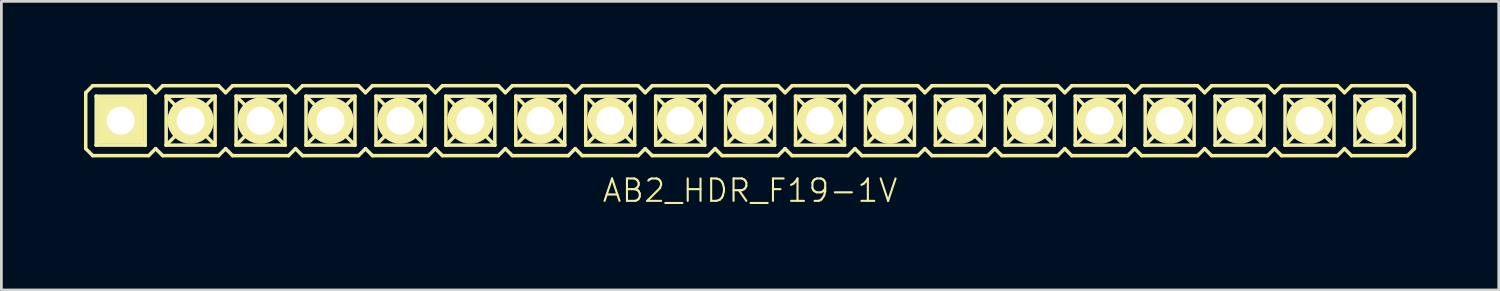
<source format=kicad_pcb>
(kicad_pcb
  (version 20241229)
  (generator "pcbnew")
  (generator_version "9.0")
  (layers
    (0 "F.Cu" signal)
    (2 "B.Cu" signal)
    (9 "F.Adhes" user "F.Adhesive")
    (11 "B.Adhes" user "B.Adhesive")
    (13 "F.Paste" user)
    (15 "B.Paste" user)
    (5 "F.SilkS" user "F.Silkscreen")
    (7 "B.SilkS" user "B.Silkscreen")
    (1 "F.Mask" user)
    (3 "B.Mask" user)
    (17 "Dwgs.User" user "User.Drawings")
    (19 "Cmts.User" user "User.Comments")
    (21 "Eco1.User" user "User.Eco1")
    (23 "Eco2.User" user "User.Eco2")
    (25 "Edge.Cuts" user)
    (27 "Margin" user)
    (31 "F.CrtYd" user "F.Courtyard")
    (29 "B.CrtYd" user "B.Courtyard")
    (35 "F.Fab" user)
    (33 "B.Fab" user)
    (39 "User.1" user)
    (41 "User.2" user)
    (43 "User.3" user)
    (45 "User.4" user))
  (footprint "AB2_HDR_F19-1V"
    (layer "F.Cu")
    (at 24.194 1.333)
    (property "Reference" "AB2_HDR_F19-1V" (at 0 2.54 0) (layer "F.SilkS") (effects (font (size 0.813 0.813) (thickness 0.076))))
    (attr through_hole)
    (fp_line (start -24.13 -1.016) (end -23.876 -1.27) (stroke (width 0.127) (type solid)) (layer "F.SilkS"))
    (fp_line (start -24.13 1.016) (end -24.13 -1.016) (stroke (width 0.127) (type solid)) (layer "F.SilkS"))
    (fp_line (start -23.876 -1.27) (end -21.844 -1.27) (stroke (width 0.127) (type solid)) (layer "F.SilkS"))
    (fp_line (start -23.876 1.27) (end -24.13 1.016) (stroke (width 0.127) (type solid)) (layer "F.SilkS"))
    (fp_line (start -23.749 -0.889) (end -21.971 -0.889) (stroke (width 0.127) (type solid)) (layer "F.SilkS"))
    (fp_line (start -23.749 0.889) (end -23.749 -0.889) (stroke (width 0.127) (type solid)) (layer "F.SilkS"))
    (fp_line (start -23.368 -0.508) (end -23.749 -0.889) (stroke (width 0.127) (type solid)) (layer "F.SilkS"))
    (fp_line (start -23.368 -0.508) (end -22.352 -0.508) (stroke (width 0.127) (type solid)) (layer "F.SilkS"))
    (fp_line (start -23.368 0.508) (end -23.749 0.889) (stroke (width 0.127) (type solid)) (layer "F.SilkS"))
    (fp_line (start -23.368 0.508) (end -23.368 -0.508) (stroke (width 0.127) (type solid)) (layer "F.SilkS"))
    (fp_line (start -22.352 -0.508) (end -22.352 0.508) (stroke (width 0.127) (type solid)) (layer "F.SilkS"))
    (fp_line (start -22.352 -0.508) (end -21.971 -0.889) (stroke (width 0.127) (type solid)) (layer "F.SilkS"))
    (fp_line (start -22.352 0.508) (end -23.368 0.508) (stroke (width 0.127) (type solid)) (layer "F.SilkS"))
    (fp_line (start -22.352 0.508) (end -21.971 0.889) (stroke (width 0.127) (type solid)) (layer "F.SilkS"))
    (fp_line (start -21.971 -0.889) (end -21.971 0.889) (stroke (width 0.127) (type solid)) (layer "F.SilkS"))
    (fp_line (start -21.971 0.889) (end -23.749 0.889) (stroke (width 0.127) (type solid)) (layer "F.SilkS"))
    (fp_line (start -21.844 -1.27) (end -21.59 -1.016) (stroke (width 0.127) (type solid)) (layer "F.SilkS"))
    (fp_line (start -21.844 1.27) (end -23.876 1.27) (stroke (width 0.127) (type solid)) (layer "F.SilkS"))
    (fp_line (start -21.59 -1.016) (end -21.336 -1.27) (stroke (width 0.127) (type solid)) (layer "F.SilkS"))
    (fp_line (start -21.59 1.016) (end -21.844 1.27) (stroke (width 0.127) (type solid)) (layer "F.SilkS"))
    (fp_line (start -21.336 -1.27) (end -19.304 -1.27) (stroke (width 0.127) (type solid)) (layer "F.SilkS"))
    (fp_line (start -21.336 1.27) (end -21.59 1.016) (stroke (width 0.127) (type solid)) (layer "F.SilkS"))
    (fp_line (start -21.209 -0.889) (end -19.431 -0.889) (stroke (width 0.127) (type solid)) (layer "F.SilkS"))
    (fp_line (start -21.209 0.889) (end -21.209 -0.889) (stroke (width 0.127) (type solid)) (layer "F.SilkS"))
    (fp_line (start -20.828 -0.508) (end -21.209 -0.889) (stroke (width 0.127) (type solid)) (layer "F.SilkS"))
    (fp_line (start -20.828 -0.508) (end -19.812 -0.508) (stroke (width 0.127) (type solid)) (layer "F.SilkS"))
    (fp_line (start -20.828 0.508) (end -21.209 0.889) (stroke (width 0.127) (type solid)) (layer "F.SilkS"))
    (fp_line (start -20.828 0.508) (end -20.828 -0.508) (stroke (width 0.127) (type solid)) (layer "F.SilkS"))
    (fp_line (start -19.812 -0.508) (end -19.812 0.508) (stroke (width 0.127) (type solid)) (layer "F.SilkS"))
    (fp_line (start -19.812 -0.508) (end -19.431 -0.889) (stroke (width 0.127) (type solid)) (layer "F.SilkS"))
    (fp_line (start -19.812 0.508) (end -20.828 0.508) (stroke (width 0.127) (type solid)) (layer "F.SilkS"))
    (fp_line (start -19.812 0.508) (end -19.431 0.889) (stroke (width 0.127) (type solid)) (layer "F.SilkS"))
    (fp_line (start -19.431 -0.889) (end -19.431 0.889) (stroke (width 0.127) (type solid)) (layer "F.SilkS"))
    (fp_line (start -19.431 0.889) (end -21.209 0.889) (stroke (width 0.127) (type solid)) (layer "F.SilkS"))
    (fp_line (start -19.304 -1.27) (end -19.05 -1.016) (stroke (width 0.127) (type solid)) (layer "F.SilkS"))
    (fp_line (start -19.304 1.27) (end -21.336 1.27) (stroke (width 0.127) (type solid)) (layer "F.SilkS"))
    (fp_line (start -19.05 -1.016) (end -18.796 -1.27) (stroke (width 0.127) (type solid)) (layer "F.SilkS"))
    (fp_line (start -19.05 1.016) (end -19.304 1.27) (stroke (width 0.127) (type solid)) (layer "F.SilkS"))
    (fp_line (start -18.796 -1.27) (end -16.764 -1.27) (stroke (width 0.127) (type solid)) (layer "F.SilkS"))
    (fp_line (start -18.796 1.27) (end -19.05 1.016) (stroke (width 0.127) (type solid)) (layer "F.SilkS"))
    (fp_line (start -18.669 -0.889) (end -16.891 -0.889) (stroke (width 0.127) (type solid)) (layer "F.SilkS"))
    (fp_line (start -18.669 0.889) (end -18.669 -0.889) (stroke (width 0.127) (type solid)) (layer "F.SilkS"))
    (fp_line (start -18.288 -0.508) (end -18.669 -0.889) (stroke (width 0.127) (type solid)) (layer "F.SilkS"))
    (fp_line (start -18.288 -0.508) (end -17.272 -0.508) (stroke (width 0.127) (type solid)) (layer "F.SilkS"))
    (fp_line (start -18.288 0.508) (end -18.669 0.889) (stroke (width 0.127) (type solid)) (layer "F.SilkS"))
    (fp_line (start -18.288 0.508) (end -18.288 -0.508) (stroke (width 0.127) (type solid)) (layer "F.SilkS"))
    (fp_line (start -17.272 -0.508) (end -17.272 0.508) (stroke (width 0.127) (type solid)) (layer "F.SilkS"))
    (fp_line (start -17.272 -0.508) (end -16.891 -0.889) (stroke (width 0.127) (type solid)) (layer "F.SilkS"))
    (fp_line (start -17.272 0.508) (end -18.288 0.508) (stroke (width 0.127) (type solid)) (layer "F.SilkS"))
    (fp_line (start -17.272 0.508) (end -16.891 0.889) (stroke (width 0.127) (type solid)) (layer "F.SilkS"))
    (fp_line (start -16.891 -0.889) (end -16.891 0.889) (stroke (width 0.127) (type solid)) (layer "F.SilkS"))
    (fp_line (start -16.891 0.889) (end -18.669 0.889) (stroke (width 0.127) (type solid)) (layer "F.SilkS"))
    (fp_line (start -16.764 -1.27) (end -16.51 -1.016) (stroke (width 0.127) (type solid)) (layer "F.SilkS"))
    (fp_line (start -16.764 1.27) (end -18.796 1.27) (stroke (width 0.127) (type solid)) (layer "F.SilkS"))
    (fp_line (start -16.51 -1.016) (end -16.256 -1.27) (stroke (width 0.127) (type solid)) (layer "F.SilkS"))
    (fp_line (start -16.51 1.016) (end -16.764 1.27) (stroke (width 0.127) (type solid)) (layer "F.SilkS"))
    (fp_line (start -16.256 -1.27) (end -14.224 -1.27) (stroke (width 0.127) (type solid)) (layer "F.SilkS"))
    (fp_line (start -16.256 1.27) (end -16.51 1.016) (stroke (width 0.127) (type solid)) (layer "F.SilkS"))
    (fp_line (start -16.129 -0.889) (end -14.351 -0.889) (stroke (width 0.127) (type solid)) (layer "F.SilkS"))
    (fp_line (start -16.129 0.889) (end -16.129 -0.889) (stroke (width 0.127) (type solid)) (layer "F.SilkS"))
    (fp_line (start -15.748 -0.508) (end -16.129 -0.889) (stroke (width 0.127) (type solid)) (layer "F.SilkS"))
    (fp_line (start -15.748 -0.508) (end -14.732 -0.508) (stroke (width 0.127) (type solid)) (layer "F.SilkS"))
    (fp_line (start -15.748 0.508) (end -16.129 0.889) (stroke (width 0.127) (type solid)) (layer "F.SilkS"))
    (fp_line (start -15.748 0.508) (end -15.748 -0.508) (stroke (width 0.127) (type solid)) (layer "F.SilkS"))
    (fp_line (start -14.732 -0.508) (end -14.732 0.508) (stroke (width 0.127) (type solid)) (layer "F.SilkS"))
    (fp_line (start -14.732 -0.508) (end -14.351 -0.889) (stroke (width 0.127) (type solid)) (layer "F.SilkS"))
    (fp_line (start -14.732 0.508) (end -15.748 0.508) (stroke (width 0.127) (type solid)) (layer "F.SilkS"))
    (fp_line (start -14.732 0.508) (end -14.351 0.889) (stroke (width 0.127) (type solid)) (layer "F.SilkS"))
    (fp_line (start -14.351 -0.889) (end -14.351 0.889) (stroke (width 0.127) (type solid)) (layer "F.SilkS"))
    (fp_line (start -14.351 0.889) (end -16.129 0.889) (stroke (width 0.127) (type solid)) (layer "F.SilkS"))
    (fp_line (start -14.224 -1.27) (end -13.97 -1.016) (stroke (width 0.127) (type solid)) (layer "F.SilkS"))
    (fp_line (start -14.224 1.27) (end -16.256 1.27) (stroke (width 0.127) (type solid)) (layer "F.SilkS"))
    (fp_line (start -13.97 -1.016) (end -13.716 -1.27) (stroke (width 0.127) (type solid)) (layer "F.SilkS"))
    (fp_line (start -13.97 1.016) (end -14.224 1.27) (stroke (width 0.127) (type solid)) (layer "F.SilkS"))
    (fp_line (start -13.716 -1.27) (end -11.684 -1.27) (stroke (width 0.127) (type solid)) (layer "F.SilkS"))
    (fp_line (start -13.716 1.27) (end -13.97 1.016) (stroke (width 0.127) (type solid)) (layer "F.SilkS"))
    (fp_line (start -13.589 -0.889) (end -11.811 -0.889) (stroke (width 0.127) (type solid)) (layer "F.SilkS"))
    (fp_line (start -13.589 0.889) (end -13.589 -0.889) (stroke (width 0.127) (type solid)) (layer "F.SilkS"))
    (fp_line (start -13.208 -0.508) (end -13.589 -0.889) (stroke (width 0.127) (type solid)) (layer "F.SilkS"))
    (fp_line (start -13.208 -0.508) (end -12.192 -0.508) (stroke (width 0.127) (type solid)) (layer "F.SilkS"))
    (fp_line (start -13.208 0.508) (end -13.589 0.889) (stroke (width 0.127) (type solid)) (layer "F.SilkS"))
    (fp_line (start -13.208 0.508) (end -13.208 -0.508) (stroke (width 0.127) (type solid)) (layer "F.SilkS"))
    (fp_line (start -12.192 -0.508) (end -12.192 0.508) (stroke (width 0.127) (type solid)) (layer "F.SilkS"))
    (fp_line (start -12.192 -0.508) (end -11.811 -0.889) (stroke (width 0.127) (type solid)) (layer "F.SilkS"))
    (fp_line (start -12.192 0.508) (end -13.208 0.508) (stroke (width 0.127) (type solid)) (layer "F.SilkS"))
    (fp_line (start -12.192 0.508) (end -11.811 0.889) (stroke (width 0.127) (type solid)) (layer "F.SilkS"))
    (fp_line (start -11.811 -0.889) (end -11.811 0.889) (stroke (width 0.127) (type solid)) (layer "F.SilkS"))
    (fp_line (start -11.811 0.889) (end -13.589 0.889) (stroke (width 0.127) (type solid)) (layer "F.SilkS"))
    (fp_line (start -11.684 -1.27) (end -11.43 -1.016) (stroke (width 0.127) (type solid)) (layer "F.SilkS"))
    (fp_line (start -11.684 1.27) (end -13.716 1.27) (stroke (width 0.127) (type solid)) (layer "F.SilkS"))
    (fp_line (start -11.43 -1.016) (end -11.176 -1.27) (stroke (width 0.127) (type solid)) (layer "F.SilkS"))
    (fp_line (start -11.43 1.016) (end -11.684 1.27) (stroke (width 0.127) (type solid)) (layer "F.SilkS"))
    (fp_line (start -11.176 -1.27) (end -9.144 -1.27) (stroke (width 0.127) (type solid)) (layer "F.SilkS"))
    (fp_line (start -11.176 1.27) (end -11.43 1.016) (stroke (width 0.127) (type solid)) (layer "F.SilkS"))
    (fp_line (start -11.049 -0.889) (end -9.271 -0.889) (stroke (width 0.127) (type solid)) (layer "F.SilkS"))
    (fp_line (start -11.049 0.889) (end -11.049 -0.889) (stroke (width 0.127) (type solid)) (layer "F.SilkS"))
    (fp_line (start -10.668 -0.508) (end -11.049 -0.889) (stroke (width 0.127) (type solid)) (layer "F.SilkS"))
    (fp_line (start -10.668 -0.508) (end -9.652 -0.508) (stroke (width 0.127) (type solid)) (layer "F.SilkS"))
    (fp_line (start -10.668 0.508) (end -11.049 0.889) (stroke (width 0.127) (type solid)) (layer "F.SilkS"))
    (fp_line (start -10.668 0.508) (end -10.668 -0.508) (stroke (width 0.127) (type solid)) (layer "F.SilkS"))
    (fp_line (start -9.652 -0.508) (end -9.652 0.508) (stroke (width 0.127) (type solid)) (layer "F.SilkS"))
    (fp_line (start -9.652 -0.508) (end -9.271 -0.889) (stroke (width 0.127) (type solid)) (layer "F.SilkS"))
    (fp_line (start -9.652 0.508) (end -10.668 0.508) (stroke (width 0.127) (type solid)) (layer "F.SilkS"))
    (fp_line (start -9.652 0.508) (end -9.271 0.889) (stroke (width 0.127) (type solid)) (layer "F.SilkS"))
    (fp_line (start -9.271 -0.889) (end -9.271 0.889) (stroke (width 0.127) (type solid)) (layer "F.SilkS"))
    (fp_line (start -9.271 0.889) (end -11.049 0.889) (stroke (width 0.127) (type solid)) (layer "F.SilkS"))
    (fp_line (start -9.144 -1.27) (end -8.89 -1.016) (stroke (width 0.127) (type solid)) (layer "F.SilkS"))
    (fp_line (start -9.144 1.27) (end -11.176 1.27) (stroke (width 0.127) (type solid)) (layer "F.SilkS"))
    (fp_line (start -8.89 -1.016) (end -8.636 -1.27) (stroke (width 0.127) (type solid)) (layer "F.SilkS"))
    (fp_line (start -8.89 1.016) (end -9.144 1.27) (stroke (width 0.127) (type solid)) (layer "F.SilkS"))
    (fp_line (start -8.636 -1.27) (end -6.604 -1.27) (stroke (width 0.127) (type solid)) (layer "F.SilkS"))
    (fp_line (start -8.636 1.27) (end -8.89 1.016) (stroke (width 0.127) (type solid)) (layer "F.SilkS"))
    (fp_line (start -8.509 -0.889) (end -6.731 -0.889) (stroke (width 0.127) (type solid)) (layer "F.SilkS"))
    (fp_line (start -8.509 0.889) (end -8.509 -0.889) (stroke (width 0.127) (type solid)) (layer "F.SilkS"))
    (fp_line (start -8.128 -0.508) (end -8.509 -0.889) (stroke (width 0.127) (type solid)) (layer "F.SilkS"))
    (fp_line (start -8.128 -0.508) (end -7.112 -0.508) (stroke (width 0.127) (type solid)) (layer "F.SilkS"))
    (fp_line (start -8.128 0.508) (end -8.509 0.889) (stroke (width 0.127) (type solid)) (layer "F.SilkS"))
    (fp_line (start -8.128 0.508) (end -8.128 -0.508) (stroke (width 0.127) (type solid)) (layer "F.SilkS"))
    (fp_line (start -7.112 -0.508) (end -7.112 0.508) (stroke (width 0.127) (type solid)) (layer "F.SilkS"))
    (fp_line (start -7.112 -0.508) (end -6.731 -0.889) (stroke (width 0.127) (type solid)) (layer "F.SilkS"))
    (fp_line (start -7.112 0.508) (end -8.128 0.508) (stroke (width 0.127) (type solid)) (layer "F.SilkS"))
    (fp_line (start -7.112 0.508) (end -6.731 0.889) (stroke (width 0.127) (type solid)) (layer "F.SilkS"))
    (fp_line (start -6.731 -0.889) (end -6.731 0.889) (stroke (width 0.127) (type solid)) (layer "F.SilkS"))
    (fp_line (start -6.731 0.889) (end -8.509 0.889) (stroke (width 0.127) (type solid)) (layer "F.SilkS"))
    (fp_line (start -6.604 -1.27) (end -6.35 -1.016) (stroke (width 0.127) (type solid)) (layer "F.SilkS"))
    (fp_line (start -6.604 1.27) (end -8.636 1.27) (stroke (width 0.127) (type solid)) (layer "F.SilkS"))
    (fp_line (start -6.35 -1.016) (end -6.096 -1.27) (stroke (width 0.127) (type solid)) (layer "F.SilkS"))
    (fp_line (start -6.35 1.016) (end -6.604 1.27) (stroke (width 0.127) (type solid)) (layer "F.SilkS"))
    (fp_line (start -6.096 -1.27) (end -4.064 -1.27) (stroke (width 0.127) (type solid)) (layer "F.SilkS"))
    (fp_line (start -6.096 1.27) (end -6.35 1.016) (stroke (width 0.127) (type solid)) (layer "F.SilkS"))
    (fp_line (start -5.969 -0.889) (end -4.191 -0.889) (stroke (width 0.127) (type solid)) (layer "F.SilkS"))
    (fp_line (start -5.969 0.889) (end -5.969 -0.889) (stroke (width 0.127) (type solid)) (layer "F.SilkS"))
    (fp_line (start -5.588 -0.508) (end -5.969 -0.889) (stroke (width 0.127) (type solid)) (layer "F.SilkS"))
    (fp_line (start -5.588 -0.508) (end -4.572 -0.508) (stroke (width 0.127) (type solid)) (layer "F.SilkS"))
    (fp_line (start -5.588 0.508) (end -5.969 0.889) (stroke (width 0.127) (type solid)) (layer "F.SilkS"))
    (fp_line (start -5.588 0.508) (end -5.588 -0.508) (stroke (width 0.127) (type solid)) (layer "F.SilkS"))
    (fp_line (start -4.572 -0.508) (end -4.572 0.508) (stroke (width 0.127) (type solid)) (layer "F.SilkS"))
    (fp_line (start -4.572 -0.508) (end -4.191 -0.889) (stroke (width 0.127) (type solid)) (layer "F.SilkS"))
    (fp_line (start -4.572 0.508) (end -5.588 0.508) (stroke (width 0.127) (type solid)) (layer "F.SilkS"))
    (fp_line (start -4.572 0.508) (end -4.191 0.889) (stroke (width 0.127) (type solid)) (layer "F.SilkS"))
    (fp_line (start -4.191 -0.889) (end -4.191 0.889) (stroke (width 0.127) (type solid)) (layer "F.SilkS"))
    (fp_line (start -4.191 0.889) (end -5.969 0.889) (stroke (width 0.127) (type solid)) (layer "F.SilkS"))
    (fp_line (start -4.064 -1.27) (end -3.81 -1.016) (stroke (width 0.127) (type solid)) (layer "F.SilkS"))
    (fp_line (start -4.064 1.27) (end -6.096 1.27) (stroke (width 0.127) (type solid)) (layer "F.SilkS"))
    (fp_line (start -3.81 -1.016) (end -3.556 -1.27) (stroke (width 0.127) (type solid)) (layer "F.SilkS"))
    (fp_line (start -3.81 1.016) (end -4.064 1.27) (stroke (width 0.127) (type solid)) (layer "F.SilkS"))
    (fp_line (start -3.556 -1.27) (end -1.524 -1.27) (stroke (width 0.127) (type solid)) (layer "F.SilkS"))
    (fp_line (start -3.556 1.27) (end -3.81 1.016) (stroke (width 0.127) (type solid)) (layer "F.SilkS"))
    (fp_line (start -3.429 -0.889) (end -1.651 -0.889) (stroke (width 0.127) (type solid)) (layer "F.SilkS"))
    (fp_line (start -3.429 0.889) (end -3.429 -0.889) (stroke (width 0.127) (type solid)) (layer "F.SilkS"))
    (fp_line (start -3.048 -0.508) (end -3.429 -0.889) (stroke (width 0.127) (type solid)) (layer "F.SilkS"))
    (fp_line (start -3.048 -0.508) (end -2.032 -0.508) (stroke (width 0.127) (type solid)) (layer "F.SilkS"))
    (fp_line (start -3.048 0.508) (end -3.429 0.889) (stroke (width 0.127) (type solid)) (layer "F.SilkS"))
    (fp_line (start -3.048 0.508) (end -3.048 -0.508) (stroke (width 0.127) (type solid)) (layer "F.SilkS"))
    (fp_line (start -2.032 -0.508) (end -2.032 0.508) (stroke (width 0.127) (type solid)) (layer "F.SilkS"))
    (fp_line (start -2.032 -0.508) (end -1.651 -0.889) (stroke (width 0.127) (type solid)) (layer "F.SilkS"))
    (fp_line (start -2.032 0.508) (end -3.048 0.508) (stroke (width 0.127) (type solid)) (layer "F.SilkS"))
    (fp_line (start -2.032 0.508) (end -1.651 0.889) (stroke (width 0.127) (type solid)) (layer "F.SilkS"))
    (fp_line (start -1.651 -0.889) (end -1.651 0.889) (stroke (width 0.127) (type solid)) (layer "F.SilkS"))
    (fp_line (start -1.651 0.889) (end -3.429 0.889) (stroke (width 0.127) (type solid)) (layer "F.SilkS"))
    (fp_line (start -1.524 -1.27) (end -1.27 -1.016) (stroke (width 0.127) (type solid)) (layer "F.SilkS"))
    (fp_line (start -1.524 1.27) (end -3.556 1.27) (stroke (width 0.127) (type solid)) (layer "F.SilkS"))
    (fp_line (start -1.27 -1.016) (end -1.016 -1.27) (stroke (width 0.127) (type solid)) (layer "F.SilkS"))
    (fp_line (start -1.27 1.016) (end -1.524 1.27) (stroke (width 0.127) (type solid)) (layer "F.SilkS"))
    (fp_line (start -1.016 -1.27) (end 1.016 -1.27) (stroke (width 0.127) (type solid)) (layer "F.SilkS"))
    (fp_line (start -1.016 1.27) (end -1.27 1.016) (stroke (width 0.127) (type solid)) (layer "F.SilkS"))
    (fp_line (start -0.889 -0.889) (end 0.889 -0.889) (stroke (width 0.127) (type solid)) (layer "F.SilkS"))
    (fp_line (start -0.889 0.889) (end -0.889 -0.889) (stroke (width 0.127) (type solid)) (layer "F.SilkS"))
    (fp_line (start -0.508 -0.508) (end -0.889 -0.889) (stroke (width 0.127) (type solid)) (layer "F.SilkS"))
    (fp_line (start -0.508 -0.508) (end 0.508 -0.508) (stroke (width 0.127) (type solid)) (layer "F.SilkS"))
    (fp_line (start -0.508 0.508) (end -0.889 0.889) (stroke (width 0.127) (type solid)) (layer "F.SilkS"))
    (fp_line (start -0.508 0.508) (end -0.508 -0.508) (stroke (width 0.127) (type solid)) (layer "F.SilkS"))
    (fp_line (start 0.508 -0.508) (end 0.508 0.508) (stroke (width 0.127) (type solid)) (layer "F.SilkS"))
    (fp_line (start 0.508 -0.508) (end 0.889 -0.889) (stroke (width 0.127) (type solid)) (layer "F.SilkS"))
    (fp_line (start 0.508 0.508) (end -0.508 0.508) (stroke (width 0.127) (type solid)) (layer "F.SilkS"))
    (fp_line (start 0.508 0.508) (end 0.889 0.889) (stroke (width 0.127) (type solid)) (layer "F.SilkS"))
    (fp_line (start 0.889 -0.889) (end 0.889 0.889) (stroke (width 0.127) (type solid)) (layer "F.SilkS"))
    (fp_line (start 0.889 0.889) (end -0.889 0.889) (stroke (width 0.127) (type solid)) (layer "F.SilkS"))
    (fp_line (start 1.016 -1.27) (end 1.27 -1.016) (stroke (width 0.127) (type solid)) (layer "F.SilkS"))
    (fp_line (start 1.016 1.27) (end -1.016 1.27) (stroke (width 0.127) (type solid)) (layer "F.SilkS"))
    (fp_line (start 1.27 -1.016) (end 1.524 -1.27) (stroke (width 0.127) (type solid)) (layer "F.SilkS"))
    (fp_line (start 1.27 1.016) (end 1.016 1.27) (stroke (width 0.127) (type solid)) (layer "F.SilkS"))
    (fp_line (start 1.524 -1.27) (end 3.556 -1.27) (stroke (width 0.127) (type solid)) (layer "F.SilkS"))
    (fp_line (start 1.524 1.27) (end 1.27 1.016) (stroke (width 0.127) (type solid)) (layer "F.SilkS"))
    (fp_line (start 1.651 -0.889) (end 3.429 -0.889) (stroke (width 0.127) (type solid)) (layer "F.SilkS"))
    (fp_line (start 1.651 0.889) (end 1.651 -0.889) (stroke (width 0.127) (type solid)) (layer "F.SilkS"))
    (fp_line (start 2.032 -0.508) (end 1.651 -0.889) (stroke (width 0.127) (type solid)) (layer "F.SilkS"))
    (fp_line (start 2.032 -0.508) (end 3.048 -0.508) (stroke (width 0.127) (type solid)) (layer "F.SilkS"))
    (fp_line (start 2.032 0.508) (end 1.651 0.889) (stroke (width 0.127) (type solid)) (layer "F.SilkS"))
    (fp_line (start 2.032 0.508) (end 2.032 -0.508) (stroke (width 0.127) (type solid)) (layer "F.SilkS"))
    (fp_line (start 3.048 -0.508) (end 3.048 0.508) (stroke (width 0.127) (type solid)) (layer "F.SilkS"))
    (fp_line (start 3.048 -0.508) (end 3.429 -0.889) (stroke (width 0.127) (type solid)) (layer "F.SilkS"))
    (fp_line (start 3.048 0.508) (end 2.032 0.508) (stroke (width 0.127) (type solid)) (layer "F.SilkS"))
    (fp_line (start 3.048 0.508) (end 3.429 0.889) (stroke (width 0.127) (type solid)) (layer "F.SilkS"))
    (fp_line (start 3.429 -0.889) (end 3.429 0.889) (stroke (width 0.127) (type solid)) (layer "F.SilkS"))
    (fp_line (start 3.429 0.889) (end 1.651 0.889) (stroke (width 0.127) (type solid)) (layer "F.SilkS"))
    (fp_line (start 3.556 -1.27) (end 3.81 -1.016) (stroke (width 0.127) (type solid)) (layer "F.SilkS"))
    (fp_line (start 3.556 1.27) (end 1.524 1.27) (stroke (width 0.127) (type solid)) (layer "F.SilkS"))
    (fp_line (start 3.81 -1.016) (end 4.064 -1.27) (stroke (width 0.127) (type solid)) (layer "F.SilkS"))
    (fp_line (start 3.81 1.016) (end 3.556 1.27) (stroke (width 0.127) (type solid)) (layer "F.SilkS"))
    (fp_line (start 4.064 -1.27) (end 6.096 -1.27) (stroke (width 0.127) (type solid)) (layer "F.SilkS"))
    (fp_line (start 4.064 1.27) (end 3.81 1.016) (stroke (width 0.127) (type solid)) (layer "F.SilkS"))
    (fp_line (start 4.191 -0.889) (end 5.969 -0.889) (stroke (width 0.127) (type solid)) (layer "F.SilkS"))
    (fp_line (start 4.191 0.889) (end 4.191 -0.889) (stroke (width 0.127) (type solid)) (layer "F.SilkS"))
    (fp_line (start 4.572 -0.508) (end 4.191 -0.889) (stroke (width 0.127) (type solid)) (layer "F.SilkS"))
    (fp_line (start 4.572 -0.508) (end 5.588 -0.508) (stroke (width 0.127) (type solid)) (layer "F.SilkS"))
    (fp_line (start 4.572 0.508) (end 4.191 0.889) (stroke (width 0.127) (type solid)) (layer "F.SilkS"))
    (fp_line (start 4.572 0.508) (end 4.572 -0.508) (stroke (width 0.127) (type solid)) (layer "F.SilkS"))
    (fp_line (start 5.588 -0.508) (end 5.588 0.508) (stroke (width 0.127) (type solid)) (layer "F.SilkS"))
    (fp_line (start 5.588 -0.508) (end 5.969 -0.889) (stroke (width 0.127) (type solid)) (layer "F.SilkS"))
    (fp_line (start 5.588 0.508) (end 4.572 0.508) (stroke (width 0.127) (type solid)) (layer "F.SilkS"))
    (fp_line (start 5.588 0.508) (end 5.969 0.889) (stroke (width 0.127) (type solid)) (layer "F.SilkS"))
    (fp_line (start 5.969 -0.889) (end 5.969 0.889) (stroke (width 0.127) (type solid)) (layer "F.SilkS"))
    (fp_line (start 5.969 0.889) (end 4.191 0.889) (stroke (width 0.127) (type solid)) (layer "F.SilkS"))
    (fp_line (start 6.096 -1.27) (end 6.35 -1.016) (stroke (width 0.127) (type solid)) (layer "F.SilkS"))
    (fp_line (start 6.096 1.27) (end 4.064 1.27) (stroke (width 0.127) (type solid)) (layer "F.SilkS"))
    (fp_line (start 6.35 -1.016) (end 6.604 -1.27) (stroke (width 0.127) (type solid)) (layer "F.SilkS"))
    (fp_line (start 6.35 1.016) (end 6.096 1.27) (stroke (width 0.127) (type solid)) (layer "F.SilkS"))
    (fp_line (start 6.604 -1.27) (end 8.636 -1.27) (stroke (width 0.127) (type solid)) (layer "F.SilkS"))
    (fp_line (start 6.604 1.27) (end 6.35 1.016) (stroke (width 0.127) (type solid)) (layer "F.SilkS"))
    (fp_line (start 6.731 -0.889) (end 8.509 -0.889) (stroke (width 0.127) (type solid)) (layer "F.SilkS"))
    (fp_line (start 6.731 0.889) (end 6.731 -0.889) (stroke (width 0.127) (type solid)) (layer "F.SilkS"))
    (fp_line (start 7.112 -0.508) (end 6.731 -0.889) (stroke (width 0.127) (type solid)) (layer "F.SilkS"))
    (fp_line (start 7.112 -0.508) (end 8.128 -0.508) (stroke (width 0.127) (type solid)) (layer "F.SilkS"))
    (fp_line (start 7.112 0.508) (end 6.731 0.889) (stroke (width 0.127) (type solid)) (layer "F.SilkS"))
    (fp_line (start 7.112 0.508) (end 7.112 -0.508) (stroke (width 0.127) (type solid)) (layer "F.SilkS"))
    (fp_line (start 8.128 -0.508) (end 8.128 0.508) (stroke (width 0.127) (type solid)) (layer "F.SilkS"))
    (fp_line (start 8.128 -0.508) (end 8.509 -0.889) (stroke (width 0.127) (type solid)) (layer "F.SilkS"))
    (fp_line (start 8.128 0.508) (end 7.112 0.508) (stroke (width 0.127) (type solid)) (layer "F.SilkS"))
    (fp_line (start 8.128 0.508) (end 8.509 0.889) (stroke (width 0.127) (type solid)) (layer "F.SilkS"))
    (fp_line (start 8.509 -0.889) (end 8.509 0.889) (stroke (width 0.127) (type solid)) (layer "F.SilkS"))
    (fp_line (start 8.509 0.889) (end 6.731 0.889) (stroke (width 0.127) (type solid)) (layer "F.SilkS"))
    (fp_line (start 8.636 -1.27) (end 8.89 -1.016) (stroke (width 0.127) (type solid)) (layer "F.SilkS"))
    (fp_line (start 8.636 1.27) (end 6.604 1.27) (stroke (width 0.127) (type solid)) (layer "F.SilkS"))
    (fp_line (start 8.89 -1.016) (end 9.144 -1.27) (stroke (width 0.127) (type solid)) (layer "F.SilkS"))
    (fp_line (start 8.89 1.016) (end 8.636 1.27) (stroke (width 0.127) (type solid)) (layer "F.SilkS"))
    (fp_line (start 9.144 -1.27) (end 11.176 -1.27) (stroke (width 0.127) (type solid)) (layer "F.SilkS"))
    (fp_line (start 9.144 1.27) (end 8.89 1.016) (stroke (width 0.127) (type solid)) (layer "F.SilkS"))
    (fp_line (start 9.271 -0.889) (end 11.049 -0.889) (stroke (width 0.127) (type solid)) (layer "F.SilkS"))
    (fp_line (start 9.271 0.889) (end 9.271 -0.889) (stroke (width 0.127) (type solid)) (layer "F.SilkS"))
    (fp_line (start 9.652 -0.508) (end 9.271 -0.889) (stroke (width 0.127) (type solid)) (layer "F.SilkS"))
    (fp_line (start 9.652 -0.508) (end 10.668 -0.508) (stroke (width 0.127) (type solid)) (layer "F.SilkS"))
    (fp_line (start 9.652 0.508) (end 9.271 0.889) (stroke (width 0.127) (type solid)) (layer "F.SilkS"))
    (fp_line (start 9.652 0.508) (end 9.652 -0.508) (stroke (width 0.127) (type solid)) (layer "F.SilkS"))
    (fp_line (start 10.668 -0.508) (end 10.668 0.508) (stroke (width 0.127) (type solid)) (layer "F.SilkS"))
    (fp_line (start 10.668 -0.508) (end 11.049 -0.889) (stroke (width 0.127) (type solid)) (layer "F.SilkS"))
    (fp_line (start 10.668 0.508) (end 9.652 0.508) (stroke (width 0.127) (type solid)) (layer "F.SilkS"))
    (fp_line (start 10.668 0.508) (end 11.049 0.889) (stroke (width 0.127) (type solid)) (layer "F.SilkS"))
    (fp_line (start 11.049 -0.889) (end 11.049 0.889) (stroke (width 0.127) (type solid)) (layer "F.SilkS"))
    (fp_line (start 11.049 0.889) (end 9.271 0.889) (stroke (width 0.127) (type solid)) (layer "F.SilkS"))
    (fp_line (start 11.176 -1.27) (end 11.43 -1.016) (stroke (width 0.127) (type solid)) (layer "F.SilkS"))
    (fp_line (start 11.176 1.27) (end 9.144 1.27) (stroke (width 0.127) (type solid)) (layer "F.SilkS"))
    (fp_line (start 11.43 -1.016) (end 11.684 -1.27) (stroke (width 0.127) (type solid)) (layer "F.SilkS"))
    (fp_line (start 11.43 1.016) (end 11.176 1.27) (stroke (width 0.127) (type solid)) (layer "F.SilkS"))
    (fp_line (start 11.684 -1.27) (end 13.716 -1.27) (stroke (width 0.127) (type solid)) (layer "F.SilkS"))
    (fp_line (start 11.684 1.27) (end 11.43 1.016) (stroke (width 0.127) (type solid)) (layer "F.SilkS"))
    (fp_line (start 11.811 -0.889) (end 13.589 -0.889) (stroke (width 0.127) (type solid)) (layer "F.SilkS"))
    (fp_line (start 11.811 0.889) (end 11.811 -0.889) (stroke (width 0.127) (type solid)) (layer "F.SilkS"))
    (fp_line (start 12.192 -0.508) (end 11.811 -0.889) (stroke (width 0.127) (type solid)) (layer "F.SilkS"))
    (fp_line (start 12.192 -0.508) (end 13.208 -0.508) (stroke (width 0.127) (type solid)) (layer "F.SilkS"))
    (fp_line (start 12.192 0.508) (end 11.811 0.889) (stroke (width 0.127) (type solid)) (layer "F.SilkS"))
    (fp_line (start 12.192 0.508) (end 12.192 -0.508) (stroke (width 0.127) (type solid)) (layer "F.SilkS"))
    (fp_line (start 13.208 -0.508) (end 13.208 0.508) (stroke (width 0.127) (type solid)) (layer "F.SilkS"))
    (fp_line (start 13.208 -0.508) (end 13.589 -0.889) (stroke (width 0.127) (type solid)) (layer "F.SilkS"))
    (fp_line (start 13.208 0.508) (end 12.192 0.508) (stroke (width 0.127) (type solid)) (layer "F.SilkS"))
    (fp_line (start 13.208 0.508) (end 13.589 0.889) (stroke (width 0.127) (type solid)) (layer "F.SilkS"))
    (fp_line (start 13.589 -0.889) (end 13.589 0.889) (stroke (width 0.127) (type solid)) (layer "F.SilkS"))
    (fp_line (start 13.589 0.889) (end 11.811 0.889) (stroke (width 0.127) (type solid)) (layer "F.SilkS"))
    (fp_line (start 13.716 -1.27) (end 13.97 -1.016) (stroke (width 0.127) (type solid)) (layer "F.SilkS"))
    (fp_line (start 13.716 1.27) (end 11.684 1.27) (stroke (width 0.127) (type solid)) (layer "F.SilkS"))
    (fp_line (start 13.97 -1.016) (end 14.224 -1.27) (stroke (width 0.127) (type solid)) (layer "F.SilkS"))
    (fp_line (start 13.97 1.016) (end 13.716 1.27) (stroke (width 0.127) (type solid)) (layer "F.SilkS"))
    (fp_line (start 14.224 -1.27) (end 16.256 -1.27) (stroke (width 0.127) (type solid)) (layer "F.SilkS"))
    (fp_line (start 14.224 1.27) (end 13.97 1.016) (stroke (width 0.127) (type solid)) (layer "F.SilkS"))
    (fp_line (start 14.351 -0.889) (end 16.129 -0.889) (stroke (width 0.127) (type solid)) (layer "F.SilkS"))
    (fp_line (start 14.351 0.889) (end 14.351 -0.889) (stroke (width 0.127) (type solid)) (layer "F.SilkS"))
    (fp_line (start 14.732 -0.508) (end 14.351 -0.889) (stroke (width 0.127) (type solid)) (layer "F.SilkS"))
    (fp_line (start 14.732 -0.508) (end 15.748 -0.508) (stroke (width 0.127) (type solid)) (layer "F.SilkS"))
    (fp_line (start 14.732 0.508) (end 14.351 0.889) (stroke (width 0.127) (type solid)) (layer "F.SilkS"))
    (fp_line (start 14.732 0.508) (end 14.732 -0.508) (stroke (width 0.127) (type solid)) (layer "F.SilkS"))
    (fp_line (start 15.748 -0.508) (end 15.748 0.508) (stroke (width 0.127) (type solid)) (layer "F.SilkS"))
    (fp_line (start 15.748 -0.508) (end 16.129 -0.889) (stroke (width 0.127) (type solid)) (layer "F.SilkS"))
    (fp_line (start 15.748 0.508) (end 14.732 0.508) (stroke (width 0.127) (type solid)) (layer "F.SilkS"))
    (fp_line (start 15.748 0.508) (end 16.129 0.889) (stroke (width 0.127) (type solid)) (layer "F.SilkS"))
    (fp_line (start 16.129 -0.889) (end 16.129 0.889) (stroke (width 0.127) (type solid)) (layer "F.SilkS"))
    (fp_line (start 16.129 0.889) (end 14.351 0.889) (stroke (width 0.127) (type solid)) (layer "F.SilkS"))
    (fp_line (start 16.256 -1.27) (end 16.51 -1.016) (stroke (width 0.127) (type solid)) (layer "F.SilkS"))
    (fp_line (start 16.256 1.27) (end 14.224 1.27) (stroke (width 0.127) (type solid)) (layer "F.SilkS"))
    (fp_line (start 16.51 -1.016) (end 16.764 -1.27) (stroke (width 0.127) (type solid)) (layer "F.SilkS"))
    (fp_line (start 16.51 1.016) (end 16.256 1.27) (stroke (width 0.127) (type solid)) (layer "F.SilkS"))
    (fp_line (start 16.764 -1.27) (end 18.796 -1.27) (stroke (width 0.127) (type solid)) (layer "F.SilkS"))
    (fp_line (start 16.764 1.27) (end 16.51 1.016) (stroke (width 0.127) (type solid)) (layer "F.SilkS"))
    (fp_line (start 16.891 -0.889) (end 18.669 -0.889) (stroke (width 0.127) (type solid)) (layer "F.SilkS"))
    (fp_line (start 16.891 0.889) (end 16.891 -0.889) (stroke (width 0.127) (type solid)) (layer "F.SilkS"))
    (fp_line (start 17.272 -0.508) (end 16.891 -0.889) (stroke (width 0.127) (type solid)) (layer "F.SilkS"))
    (fp_line (start 17.272 -0.508) (end 18.288 -0.508) (stroke (width 0.127) (type solid)) (layer "F.SilkS"))
    (fp_line (start 17.272 0.508) (end 16.891 0.889) (stroke (width 0.127) (type solid)) (layer "F.SilkS"))
    (fp_line (start 17.272 0.508) (end 17.272 -0.508) (stroke (width 0.127) (type solid)) (layer "F.SilkS"))
    (fp_line (start 18.288 -0.508) (end 18.288 0.508) (stroke (width 0.127) (type solid)) (layer "F.SilkS"))
    (fp_line (start 18.288 -0.508) (end 18.669 -0.889) (stroke (width 0.127) (type solid)) (layer "F.SilkS"))
    (fp_line (start 18.288 0.508) (end 17.272 0.508) (stroke (width 0.127) (type solid)) (layer "F.SilkS"))
    (fp_line (start 18.288 0.508) (end 18.669 0.889) (stroke (width 0.127) (type solid)) (layer "F.SilkS"))
    (fp_line (start 18.669 -0.889) (end 18.669 0.889) (stroke (width 0.127) (type solid)) (layer "F.SilkS"))
    (fp_line (start 18.669 0.889) (end 16.891 0.889) (stroke (width 0.127) (type solid)) (layer "F.SilkS"))
    (fp_line (start 18.796 -1.27) (end 19.05 -1.016) (stroke (width 0.127) (type solid)) (layer "F.SilkS"))
    (fp_line (start 18.796 1.27) (end 16.764 1.27) (stroke (width 0.127) (type solid)) (layer "F.SilkS"))
    (fp_line (start 19.05 -1.016) (end 19.304 -1.27) (stroke (width 0.127) (type solid)) (layer "F.SilkS"))
    (fp_line (start 19.05 1.016) (end 18.796 1.27) (stroke (width 0.127) (type solid)) (layer "F.SilkS"))
    (fp_line (start 19.304 -1.27) (end 21.336 -1.27) (stroke (width 0.127) (type solid)) (layer "F.SilkS"))
    (fp_line (start 19.304 1.27) (end 19.05 1.016) (stroke (width 0.127) (type solid)) (layer "F.SilkS"))
    (fp_line (start 19.431 -0.889) (end 21.209 -0.889) (stroke (width 0.127) (type solid)) (layer "F.SilkS"))
    (fp_line (start 19.431 0.889) (end 19.431 -0.889) (stroke (width 0.127) (type solid)) (layer "F.SilkS"))
    (fp_line (start 19.812 -0.508) (end 19.431 -0.889) (stroke (width 0.127) (type solid)) (layer "F.SilkS"))
    (fp_line (start 19.812 -0.508) (end 20.828 -0.508) (stroke (width 0.127) (type solid)) (layer "F.SilkS"))
    (fp_line (start 19.812 0.508) (end 19.431 0.889) (stroke (width 0.127) (type solid)) (layer "F.SilkS"))
    (fp_line (start 19.812 0.508) (end 19.812 -0.508) (stroke (width 0.127) (type solid)) (layer "F.SilkS"))
    (fp_line (start 20.828 -0.508) (end 20.828 0.508) (stroke (width 0.127) (type solid)) (layer "F.SilkS"))
    (fp_line (start 20.828 -0.508) (end 21.209 -0.889) (stroke (width 0.127) (type solid)) (layer "F.SilkS"))
    (fp_line (start 20.828 0.508) (end 19.812 0.508) (stroke (width 0.127) (type solid)) (layer "F.SilkS"))
    (fp_line (start 20.828 0.508) (end 21.209 0.889) (stroke (width 0.127) (type solid)) (layer "F.SilkS"))
    (fp_line (start 21.209 -0.889) (end 21.209 0.889) (stroke (width 0.127) (type solid)) (layer "F.SilkS"))
    (fp_line (start 21.209 0.889) (end 19.431 0.889) (stroke (width 0.127) (type solid)) (layer "F.SilkS"))
    (fp_line (start 21.336 -1.27) (end 21.59 -1.016) (stroke (width 0.127) (type solid)) (layer "F.SilkS"))
    (fp_line (start 21.336 1.27) (end 19.304 1.27) (stroke (width 0.127) (type solid)) (layer "F.SilkS"))
    (fp_line (start 21.59 -1.016) (end 21.844 -1.27) (stroke (width 0.127) (type solid)) (layer "F.SilkS"))
    (fp_line (start 21.59 1.016) (end 21.336 1.27) (stroke (width 0.127) (type solid)) (layer "F.SilkS"))
    (fp_line (start 21.844 -1.27) (end 23.876 -1.27) (stroke (width 0.127) (type solid)) (layer "F.SilkS"))
    (fp_line (start 21.844 1.27) (end 21.59 1.016) (stroke (width 0.127) (type solid)) (layer "F.SilkS"))
    (fp_line (start 21.971 -0.889) (end 23.749 -0.889) (stroke (width 0.127) (type solid)) (layer "F.SilkS"))
    (fp_line (start 21.971 0.889) (end 21.971 -0.889) (stroke (width 0.127) (type solid)) (layer "F.SilkS"))
    (fp_line (start 22.352 -0.508) (end 21.971 -0.889) (stroke (width 0.127) (type solid)) (layer "F.SilkS"))
    (fp_line (start 22.352 -0.508) (end 23.368 -0.508) (stroke (width 0.127) (type solid)) (layer "F.SilkS"))
    (fp_line (start 22.352 0.508) (end 21.971 0.889) (stroke (width 0.127) (type solid)) (layer "F.SilkS"))
    (fp_line (start 22.352 0.508) (end 22.352 -0.508) (stroke (width 0.127) (type solid)) (layer "F.SilkS"))
    (fp_line (start 23.368 -0.508) (end 23.368 0.508) (stroke (width 0.127) (type solid)) (layer "F.SilkS"))
    (fp_line (start 23.368 -0.508) (end 23.749 -0.889) (stroke (width 0.127) (type solid)) (layer "F.SilkS"))
    (fp_line (start 23.368 0.508) (end 22.352 0.508) (stroke (width 0.127) (type solid)) (layer "F.SilkS"))
    (fp_line (start 23.368 0.508) (end 23.749 0.889) (stroke (width 0.127) (type solid)) (layer "F.SilkS"))
    (fp_line (start 23.749 -0.889) (end 23.749 0.889) (stroke (width 0.127) (type solid)) (layer "F.SilkS"))
    (fp_line (start 23.749 0.889) (end 21.971 0.889) (stroke (width 0.127) (type solid)) (layer "F.SilkS"))
    (fp_line (start 23.876 -1.27) (end 24.13 -1.016) (stroke (width 0.127) (type solid)) (layer "F.SilkS"))
    (fp_line (start 23.876 1.27) (end 21.844 1.27) (stroke (width 0.127) (type solid)) (layer "F.SilkS"))
    (fp_line (start 24.13 -1.016) (end 24.13 1.016) (stroke (width 0.127) (type solid)) (layer "F.SilkS"))
    (fp_line (start 24.13 1.016) (end 23.876 1.27) (stroke (width 0.127) (type solid)) (layer "F.SilkS"))
    (pad "1" thru_hole rect (at -22.86 0) (size 1.676 1.676) (drill 1.016) (layers "*.Cu" "*.Mask" "F.SilkS"))
    (pad "2" thru_hole circle (at -20.32 0) (size 1.676 1.676) (drill 1.016) (layers "*.Cu" "*.Mask" "F.SilkS"))
    (pad "3" thru_hole circle (at -17.78 0) (size 1.676 1.676) (drill 1.016) (layers "*.Cu" "*.Mask" "F.SilkS"))
    (pad "4" thru_hole circle (at -15.24 0) (size 1.676 1.676) (drill 1.016) (layers "*.Cu" "*.Mask" "F.SilkS"))
    (pad "5" thru_hole circle (at -12.7 0) (size 1.676 1.676) (drill 1.016) (layers "*.Cu" "*.Mask" "F.SilkS"))
    (pad "6" thru_hole circle (at -10.16 0) (size 1.676 1.676) (drill 1.016) (layers "*.Cu" "*.Mask" "F.SilkS"))
    (pad "7" thru_hole circle (at -7.62 0) (size 1.676 1.676) (drill 1.016) (layers "*.Cu" "*.Mask" "F.SilkS"))
    (pad "8" thru_hole circle (at -5.08 0) (size 1.676 1.676) (drill 1.016) (layers "*.Cu" "*.Mask" "F.SilkS"))
    (pad "9" thru_hole circle (at -2.54 0) (size 1.676 1.676) (drill 1.016) (layers "*.Cu" "*.Mask" "F.SilkS"))
    (pad "10" thru_hole circle (at 0 0) (size 1.676 1.676) (drill 1.016) (layers "*.Cu" "*.Mask" "F.SilkS"))
    (pad "11" thru_hole circle (at 2.54 0) (size 1.676 1.676) (drill 1.016) (layers "*.Cu" "*.Mask" "F.SilkS"))
    (pad "12" thru_hole circle (at 5.08 0) (size 1.676 1.676) (drill 1.016) (layers "*.Cu" "*.Mask" "F.SilkS"))
    (pad "13" thru_hole circle (at 7.62 0) (size 1.676 1.676) (drill 1.016) (layers "*.Cu" "*.Mask" "F.SilkS"))
    (pad "14" thru_hole circle (at 10.16 0) (size 1.676 1.676) (drill 1.016) (layers "*.Cu" "*.Mask" "F.SilkS"))
    (pad "15" thru_hole circle (at 12.7 0) (size 1.676 1.676) (drill 1.016) (layers "*.Cu" "*.Mask" "F.SilkS"))
    (pad "16" thru_hole circle (at 15.24 0) (size 1.676 1.676) (drill 1.016) (layers "*.Cu" "*.Mask" "F.SilkS"))
    (pad "17" thru_hole circle (at 17.78 0) (size 1.676 1.676) (drill 1.016) (layers "*.Cu" "*.Mask" "F.SilkS"))
    (pad "18" thru_hole circle (at 20.32 0) (size 1.676 1.676) (drill 1.016) (layers "*.Cu" "*.Mask" "F.SilkS"))
    (pad "19" thru_hole circle (at 22.86 0) (size 1.676 1.676) (drill 1.016) (layers "*.Cu" "*.Mask" "F.SilkS")))
  (gr_rect
    (start -3 -3)
    (end 51.387 7.483)
    (stroke (width 0.1) (type default))
    (fill no)
    (layer "Edge.Cuts")))
</source>
